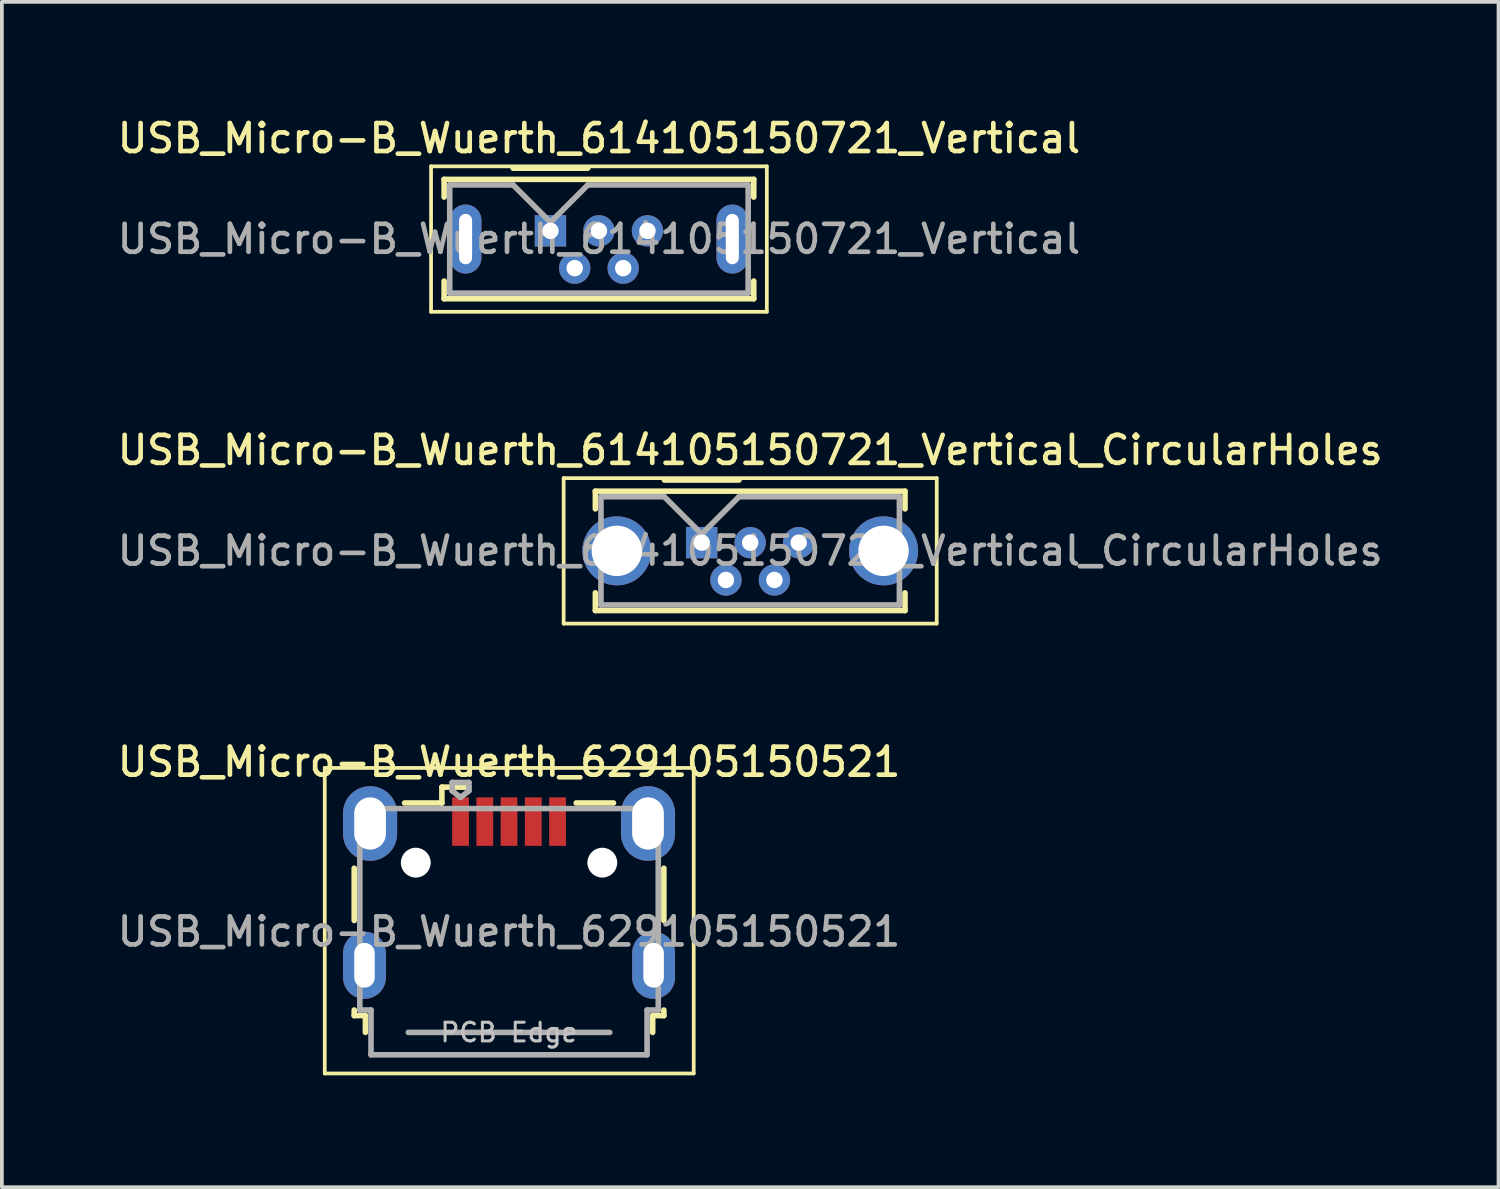
<source format=kicad_pcb>
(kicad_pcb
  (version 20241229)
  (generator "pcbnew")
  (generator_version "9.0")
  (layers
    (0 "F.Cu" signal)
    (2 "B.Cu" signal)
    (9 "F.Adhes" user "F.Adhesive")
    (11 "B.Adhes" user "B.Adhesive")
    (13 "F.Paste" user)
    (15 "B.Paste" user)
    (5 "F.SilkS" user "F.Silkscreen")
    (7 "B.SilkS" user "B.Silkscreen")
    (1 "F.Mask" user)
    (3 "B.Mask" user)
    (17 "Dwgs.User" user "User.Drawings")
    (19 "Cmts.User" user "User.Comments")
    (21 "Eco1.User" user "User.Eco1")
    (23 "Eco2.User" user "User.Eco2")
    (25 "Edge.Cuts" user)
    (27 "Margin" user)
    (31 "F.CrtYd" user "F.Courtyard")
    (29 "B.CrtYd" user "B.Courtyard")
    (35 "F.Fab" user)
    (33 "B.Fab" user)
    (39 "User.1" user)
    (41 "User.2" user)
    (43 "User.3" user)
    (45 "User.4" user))
  (footprint "USB_Micro-B_Wuerth_629105150521"
    (layer "F.Cu")
    (at 10.595 20.874)
    (property "Reference" "USB_Micro-B_Wuerth_629105150521" (at 0 -3.5 0) (layer "F.SilkS") (effects (font (size 0.75 0.75) (thickness 0.125))))
    (attr smd)
    (fp_line (start -4.94 -3.34) (end -4.94 4.85) (stroke (width 0.1) (type solid)) (layer "F.SilkS"))
    (fp_line (start -4.94 4.85) (end 4.95 4.85) (stroke (width 0.1) (type solid)) (layer "F.SilkS"))
    (fp_line (start -4.15 -0.65) (end -4.15 0.75) (stroke (width 0.15) (type solid)) (layer "F.SilkS"))
    (fp_line (start -4.15 3.15) (end -4.15 3.3) (stroke (width 0.15) (type solid)) (layer "F.SilkS"))
    (fp_line (start -4.15 3.3) (end -3.85 3.3) (stroke (width 0.15) (type solid)) (layer "F.SilkS"))
    (fp_line (start -3.85 3.3) (end -3.85 3.75) (stroke (width 0.15) (type solid)) (layer "F.SilkS"))
    (fp_line (start -1.8 -2.825) (end -1.8 -2.4) (stroke (width 0.15) (type solid)) (layer "F.SilkS"))
    (fp_line (start -1.8 -2.4) (end -2.8 -2.4) (stroke (width 0.15) (type solid)) (layer "F.SilkS"))
    (fp_line (start -1.075 -2.825) (end -1.8 -2.825) (stroke (width 0.15) (type solid)) (layer "F.SilkS"))
    (fp_line (start 1.8 -2.4) (end 2.8 -2.4) (stroke (width 0.15) (type solid)) (layer "F.SilkS"))
    (fp_line (start 3.85 3.3) (end 4.15 3.3) (stroke (width 0.15) (type solid)) (layer "F.SilkS"))
    (fp_line (start 3.85 3.75) (end 3.85 3.3) (stroke (width 0.15) (type solid)) (layer "F.SilkS"))
    (fp_line (start 4.15 0.75) (end 4.15 -0.65) (stroke (width 0.15) (type solid)) (layer "F.SilkS"))
    (fp_line (start 4.15 3.3) (end 4.15 3.15) (stroke (width 0.15) (type solid)) (layer "F.SilkS"))
    (fp_line (start 4.95 -3.34) (end -4.94 -3.34) (stroke (width 0.1) (type solid)) (layer "F.SilkS"))
    (fp_line (start 4.95 4.85) (end 4.95 -3.34) (stroke (width 0.1) (type solid)) (layer "F.SilkS"))
    (fp_line (start -4 -2.25) (end -4 3.15) (stroke (width 0.15) (type solid)) (layer "F.Fab"))
    (fp_line (start -4 3.15) (end -3.7 3.15) (stroke (width 0.15) (type solid)) (layer "F.Fab"))
    (fp_line (start -3.7 3.15) (end -3.7 4.35) (stroke (width 0.15) (type solid)) (layer "F.Fab"))
    (fp_line (start -3.7 4.35) (end 3.7 4.35) (stroke (width 0.15) (type solid)) (layer "F.Fab"))
    (fp_line (start -2.7 3.75) (end 2.7 3.75) (stroke (width 0.15) (type solid)) (layer "F.Fab"))
    (fp_line (start -1.525 -2.95) (end -1.075 -2.95) (stroke (width 0.15) (type solid)) (layer "F.Fab"))
    (fp_line (start -1.525 -2.725) (end -1.525 -2.95) (stroke (width 0.15) (type solid)) (layer "F.Fab"))
    (fp_line (start -1.3 -2.55) (end -1.525 -2.725) (stroke (width 0.15) (type solid)) (layer "F.Fab"))
    (fp_line (start -1.075 -2.95) (end -1.075 -2.725) (stroke (width 0.15) (type solid)) (layer "F.Fab"))
    (fp_line (start -1.075 -2.725) (end -1.3 -2.55) (stroke (width 0.15) (type solid)) (layer "F.Fab"))
    (fp_line (start 3.7 3.15) (end 4 3.15) (stroke (width 0.15) (type solid)) (layer "F.Fab"))
    (fp_line (start 3.7 4.35) (end 3.7 3.15) (stroke (width 0.15) (type solid)) (layer "F.Fab"))
    (fp_line (start 4 -2.25) (end -4 -2.25) (stroke (width 0.15) (type solid)) (layer "F.Fab"))
    (fp_line (start 4 3.15) (end 4 -2.25) (stroke (width 0.15) (type solid)) (layer "F.Fab"))
    (fp_text user "PCB Edge" (at 0 3.75 0) (layer "Dwgs.User") (effects (font (size 0.5 0.5) (thickness 0.08))))
    (fp_text user "${REFERENCE}" (at 0 1.05 0) (layer "F.Fab") (effects (font (size 0.75 0.75) (thickness 0.125))))
    (pad "" np_thru_hole oval (at -2.5 -0.8) (size 0.8 0.8) (drill 0.8) (layers "*.Cu" "*.Mask"))
    (pad "" np_thru_hole oval (at 2.5 -0.8) (size 0.8 0.8) (drill 0.8) (layers "*.Cu" "*.Mask"))
    (pad "1" smd rect (at -1.3 -1.9) (size 0.45 1.3) (layers "F.Cu" "F.Mask" "F.Paste"))
    (pad "2" smd rect (at -0.65 -1.9) (size 0.45 1.3) (layers "F.Cu" "F.Mask" "F.Paste"))
    (pad "3" smd rect (at 0 -1.9) (size 0.45 1.3) (layers "F.Cu" "F.Mask" "F.Paste"))
    (pad "4" smd rect (at 0.65 -1.9) (size 0.45 1.3) (layers "F.Cu" "F.Mask" "F.Paste"))
    (pad "5" smd rect (at 1.3 -1.9) (size 0.45 1.3) (layers "F.Cu" "F.Mask" "F.Paste"))
    (pad "6" thru_hole oval (at -3.875 1.95) (size 1.15 1.8) (drill oval 0.55 1.2) (layers "*.Cu" "*.Mask"))
    (pad "6" thru_hole oval (at -3.725 -1.85) (size 1.45 2) (drill oval 0.85 1.4) (layers "*.Cu" "*.Mask"))
    (pad "6" thru_hole oval (at 3.725 -1.85) (size 1.45 2) (drill oval 0.85 1.4) (layers "*.Cu" "*.Mask"))
    (pad "6" thru_hole oval (at 3.875 1.95) (size 1.15 1.8) (drill oval 0.55 1.2) (layers "*.Cu" "*.Mask")))
  (footprint "USB_Micro-B_Wuerth_614105150721_Vertical_CircularHoles"
    (layer "F.Cu")
    (at 15.759 11.496)
    (property "Reference" "USB_Micro-B_Wuerth_614105150721_Vertical_CircularHoles" (at 1.3 -2.48 0) (layer "F.SilkS") (effects (font (size 0.75 0.75) (thickness 0.125))))
    (attr through_hole)
    (fp_line (start -3.7 -1.73) (end -3.7 2.17) (stroke (width 0.1) (type solid)) (layer "F.SilkS"))
    (fp_line (start -3.7 2.17) (end 6.3 2.17) (stroke (width 0.1) (type solid)) (layer "F.SilkS"))
    (fp_line (start -2.85 -1.38) (end 5.45 -1.38) (stroke (width 0.15) (type solid)) (layer "F.SilkS"))
    (fp_line (start -2.85 -0.905) (end -2.85 -1.38) (stroke (width 0.15) (type solid)) (layer "F.SilkS"))
    (fp_line (start -2.85 1.345) (end -2.85 1.82) (stroke (width 0.15) (type solid)) (layer "F.SilkS"))
    (fp_line (start -2.85 1.82) (end 5.45 1.82) (stroke (width 0.15) (type solid)) (layer "F.SilkS"))
    (fp_line (start -1 -1.68) (end 1 -1.68) (stroke (width 0.15) (type solid)) (layer "F.SilkS"))
    (fp_line (start 5.45 -1.38) (end 5.45 -0.905) (stroke (width 0.15) (type solid)) (layer "F.SilkS"))
    (fp_line (start 5.45 1.82) (end 5.45 1.345) (stroke (width 0.15) (type solid)) (layer "F.SilkS"))
    (fp_line (start 6.3 -1.73) (end -3.7 -1.73) (stroke (width 0.1) (type solid)) (layer "F.SilkS"))
    (fp_line (start 6.3 2.17) (end 6.3 -1.73) (stroke (width 0.1) (type solid)) (layer "F.SilkS"))
    (fp_line (start -2.7 -1.23) (end -1 -1.23) (stroke (width 0.15) (type solid)) (layer "F.Fab"))
    (fp_line (start -2.7 1.67) (end -2.7 -1.23) (stroke (width 0.15) (type solid)) (layer "F.Fab"))
    (fp_line (start -1 -1.23) (end 0 -0.23) (stroke (width 0.15) (type solid)) (layer "F.Fab"))
    (fp_line (start 0 -0.23) (end 1 -1.23) (stroke (width 0.15) (type solid)) (layer "F.Fab"))
    (fp_line (start 1 -1.23) (end 5.3 -1.23) (stroke (width 0.15) (type solid)) (layer "F.Fab"))
    (fp_line (start 5.3 -1.23) (end 5.3 1.67) (stroke (width 0.15) (type solid)) (layer "F.Fab"))
    (fp_line (start 5.3 1.67) (end -2.7 1.67) (stroke (width 0.15) (type solid)) (layer "F.Fab"))
    (fp_text user "${REFERENCE}" (at 1.3 0.22 0) (layer "F.Fab") (effects (font (size 0.75 0.75) (thickness 0.125))))
    (pad "1" thru_hole rect (at 0 0) (size 0.84 0.84) (drill 0.44) (layers "*.Cu" "*.Mask"))
    (pad "2" thru_hole circle (at 0.65 1) (size 0.84 0.84) (drill 0.44) (layers "*.Cu" "*.Mask"))
    (pad "3" thru_hole circle (at 1.3 0) (size 0.84 0.84) (drill 0.44) (layers "*.Cu" "*.Mask"))
    (pad "4" thru_hole circle (at 1.95 1) (size 0.84 0.84) (drill 0.44) (layers "*.Cu" "*.Mask"))
    (pad "5" thru_hole circle (at 2.6 0) (size 0.84 0.84) (drill 0.44) (layers "*.Cu" "*.Mask"))
    (pad "6" thru_hole circle (at -2.275 0.22) (size 1.85 1.85) (drill 1.35) (layers "*.Cu" "*.Mask"))
    (pad "6" thru_hole circle (at 4.875 0.22) (size 1.85 1.85) (drill 1.35) (layers "*.Cu" "*.Mask")))
  (footprint "USB_Micro-B_Wuerth_614105150721_Vertical"
    (layer "F.Cu")
    (at 11.705 3.138)
    (property "Reference" "USB_Micro-B_Wuerth_614105150721_Vertical" (at 1.3 -2.48 0) (layer "F.SilkS") (effects (font (size 0.75 0.75) (thickness 0.125))))
    (attr through_hole)
    (fp_line (start -3.2 -1.73) (end -3.2 2.17) (stroke (width 0.1) (type solid)) (layer "F.SilkS"))
    (fp_line (start -3.2 2.17) (end 5.8 2.17) (stroke (width 0.1) (type solid)) (layer "F.SilkS"))
    (fp_line (start -2.85 -1.38) (end 5.45 -1.38) (stroke (width 0.15) (type solid)) (layer "F.SilkS"))
    (fp_line (start -2.85 -0.905) (end -2.85 -1.38) (stroke (width 0.15) (type solid)) (layer "F.SilkS"))
    (fp_line (start -2.85 1.345) (end -2.85 1.82) (stroke (width 0.15) (type solid)) (layer "F.SilkS"))
    (fp_line (start -2.85 1.82) (end 5.45 1.82) (stroke (width 0.15) (type solid)) (layer "F.SilkS"))
    (fp_line (start -1 -1.68) (end 1 -1.68) (stroke (width 0.15) (type solid)) (layer "F.SilkS"))
    (fp_line (start 5.45 -1.38) (end 5.45 -0.905) (stroke (width 0.15) (type solid)) (layer "F.SilkS"))
    (fp_line (start 5.45 1.82) (end 5.45 1.345) (stroke (width 0.15) (type solid)) (layer "F.SilkS"))
    (fp_line (start 5.8 -1.73) (end -3.2 -1.73) (stroke (width 0.1) (type solid)) (layer "F.SilkS"))
    (fp_line (start 5.8 2.17) (end 5.8 -1.73) (stroke (width 0.1) (type solid)) (layer "F.SilkS"))
    (fp_line (start -2.7 -1.23) (end -1 -1.23) (stroke (width 0.15) (type solid)) (layer "F.Fab"))
    (fp_line (start -2.7 1.67) (end -2.7 -1.23) (stroke (width 0.15) (type solid)) (layer "F.Fab"))
    (fp_line (start -1 -1.23) (end 0 -0.23) (stroke (width 0.15) (type solid)) (layer "F.Fab"))
    (fp_line (start 0 -0.23) (end 1 -1.23) (stroke (width 0.15) (type solid)) (layer "F.Fab"))
    (fp_line (start 1 -1.23) (end 5.3 -1.23) (stroke (width 0.15) (type solid)) (layer "F.Fab"))
    (fp_line (start 5.3 -1.23) (end 5.3 1.67) (stroke (width 0.15) (type solid)) (layer "F.Fab"))
    (fp_line (start 5.3 1.67) (end -2.7 1.67) (stroke (width 0.15) (type solid)) (layer "F.Fab"))
    (fp_text user "${REFERENCE}" (at 1.3 0.22 0) (layer "F.Fab") (effects (font (size 0.75 0.75) (thickness 0.125))))
    (pad "1" thru_hole rect (at 0 0) (size 0.84 0.84) (drill 0.44) (layers "*.Cu" "*.Mask"))
    (pad "2" thru_hole circle (at 0.65 1) (size 0.84 0.84) (drill 0.44) (layers "*.Cu" "*.Mask"))
    (pad "3" thru_hole circle (at 1.3 0) (size 0.84 0.84) (drill 0.44) (layers "*.Cu" "*.Mask"))
    (pad "4" thru_hole circle (at 1.95 1) (size 0.84 0.84) (drill 0.44) (layers "*.Cu" "*.Mask"))
    (pad "5" thru_hole circle (at 2.6 0) (size 0.84 0.84) (drill 0.44) (layers "*.Cu" "*.Mask"))
    (pad "6" thru_hole oval (at -2.275 0.22) (size 0.85 1.85) (drill oval 0.35 1.35) (layers "*.Cu" "*.Mask"))
    (pad "6" thru_hole oval (at 4.875 0.22) (size 0.85 1.85) (drill oval 0.35 1.35) (layers "*.Cu" "*.Mask")))
  (gr_rect
    (start -3 -3)
    (end 37.118 28.774)
    (stroke (width 0.1) (type default))
    (fill no)
    (layer "Edge.Cuts")))
</source>
